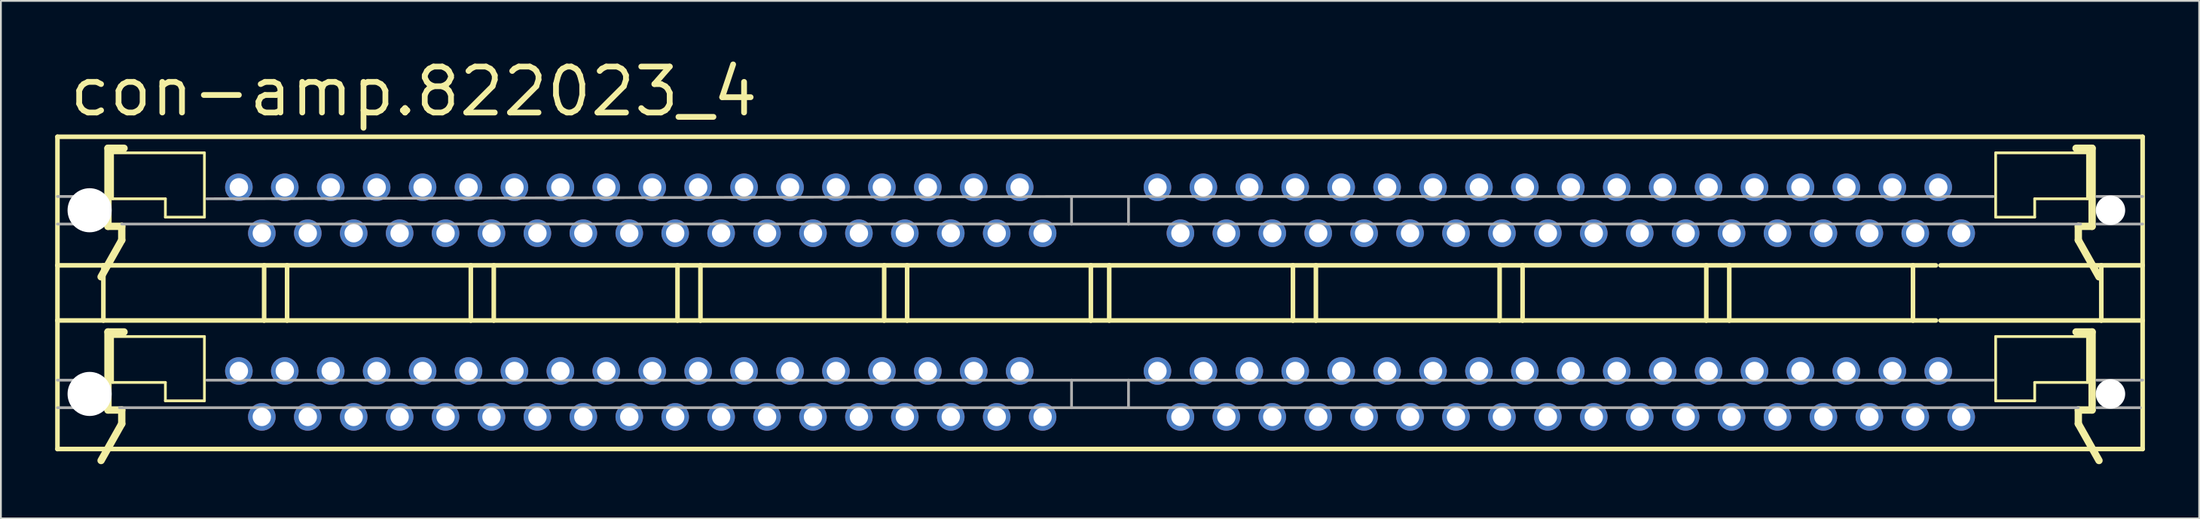
<source format=kicad_pcb>
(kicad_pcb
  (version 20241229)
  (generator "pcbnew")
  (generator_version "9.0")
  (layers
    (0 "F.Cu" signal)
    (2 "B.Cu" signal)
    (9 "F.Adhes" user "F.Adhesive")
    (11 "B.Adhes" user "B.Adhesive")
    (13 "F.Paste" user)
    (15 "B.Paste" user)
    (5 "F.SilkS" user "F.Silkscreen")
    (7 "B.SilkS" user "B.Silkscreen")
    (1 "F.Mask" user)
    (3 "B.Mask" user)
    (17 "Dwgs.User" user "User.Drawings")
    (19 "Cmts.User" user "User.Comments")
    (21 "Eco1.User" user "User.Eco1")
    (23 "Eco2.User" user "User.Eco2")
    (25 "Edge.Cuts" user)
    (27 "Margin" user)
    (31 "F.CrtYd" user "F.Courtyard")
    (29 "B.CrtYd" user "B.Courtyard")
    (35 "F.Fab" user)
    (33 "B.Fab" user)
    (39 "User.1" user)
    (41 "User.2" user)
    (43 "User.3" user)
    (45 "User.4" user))
  (footprint "con-amp.822023_4"
    (layer "F.Cu")
    (at 57.785 8.58)
    (property "Reference" "con-amp.822023_4" (at -57.15 -5.08 0) (layer "F.SilkS") (effects (font (size 2.54 2.54) (thickness 0.32)) (justify left bottom)))
    (attr through_hole)
    (fp_line (start -57.658 -4.064) (end 57.658 -4.064) (stroke (width 0.254) (type default)) (layer "F.SilkS"))
    (fp_line (start -57.658 3.048) (end -57.658 -4.064) (stroke (width 0.254) (type default)) (layer "F.SilkS"))
    (fp_line (start -57.658 6.096) (end -57.658 3.048) (stroke (width 0.254) (type default)) (layer "F.SilkS"))
    (fp_line (start -57.658 6.096) (end -55.118 6.096) (stroke (width 0.254) (type default)) (layer "F.SilkS"))
    (fp_line (start -57.658 13.208) (end -57.658 6.096) (stroke (width 0.254) (type default)) (layer "F.SilkS"))
    (fp_line (start -55.118 3.048) (end -57.658 3.048) (stroke (width 0.254) (type default)) (layer "F.SilkS"))
    (fp_line (start -55.118 6.096) (end -55.118 3.048) (stroke (width 0.254) (type default)) (layer "F.SilkS"))
    (fp_line (start -55.118 6.096) (end -46.228 6.096) (stroke (width 0.254) (type default)) (layer "F.SilkS"))
    (fp_line (start -54.864 -3.429) (end -54.864 0.889) (stroke (width 0.406) (type default)) (layer "F.SilkS"))
    (fp_line (start -54.864 0.889) (end -54.102 0.889) (stroke (width 0.406) (type default)) (layer "F.SilkS"))
    (fp_line (start -54.864 6.731) (end -54.864 11.049) (stroke (width 0.406) (type default)) (layer "F.SilkS"))
    (fp_line (start -54.864 11.049) (end -54.102 11.049) (stroke (width 0.406) (type default)) (layer "F.SilkS"))
    (fp_line (start -54.61 -3.175) (end -54.61 -0.635) (stroke (width 0.152) (type default)) (layer "F.SilkS"))
    (fp_line (start -54.61 6.985) (end -54.61 9.525) (stroke (width 0.152) (type default)) (layer "F.SilkS"))
    (fp_line (start -54.102 0.889) (end -54.102 1.651) (stroke (width 0.406) (type default)) (layer "F.SilkS"))
    (fp_line (start -54.102 1.651) (end -55.245 3.683) (stroke (width 0.406) (type default)) (layer "F.SilkS"))
    (fp_line (start -54.102 11.049) (end -54.102 11.811) (stroke (width 0.406) (type default)) (layer "F.SilkS"))
    (fp_line (start -54.102 11.811) (end -55.245 13.843) (stroke (width 0.406) (type default)) (layer "F.SilkS"))
    (fp_line (start -53.975 -3.429) (end -54.864 -3.429) (stroke (width 0.406) (type default)) (layer "F.SilkS"))
    (fp_line (start -53.975 6.731) (end -54.864 6.731) (stroke (width 0.406) (type default)) (layer "F.SilkS"))
    (fp_line (start -51.689 -0.635) (end -54.61 -0.635) (stroke (width 0.152) (type default)) (layer "F.SilkS"))
    (fp_line (start -51.689 0.381) (end -51.689 -0.635) (stroke (width 0.152) (type default)) (layer "F.SilkS"))
    (fp_line (start -51.689 0.381) (end -49.53 0.381) (stroke (width 0.152) (type default)) (layer "F.SilkS"))
    (fp_line (start -51.689 9.525) (end -54.61 9.525) (stroke (width 0.152) (type default)) (layer "F.SilkS"))
    (fp_line (start -51.689 10.541) (end -51.689 9.525) (stroke (width 0.152) (type default)) (layer "F.SilkS"))
    (fp_line (start -51.689 10.541) (end -49.53 10.541) (stroke (width 0.152) (type default)) (layer "F.SilkS"))
    (fp_line (start -49.53 -3.175) (end -54.61 -3.175) (stroke (width 0.152) (type default)) (layer "F.SilkS"))
    (fp_line (start -49.53 0.381) (end -49.53 -3.175) (stroke (width 0.152) (type default)) (layer "F.SilkS"))
    (fp_line (start -49.53 6.985) (end -54.61 6.985) (stroke (width 0.152) (type default)) (layer "F.SilkS"))
    (fp_line (start -49.53 10.541) (end -49.53 6.985) (stroke (width 0.152) (type default)) (layer "F.SilkS"))
    (fp_line (start -46.228 3.048) (end -55.118 3.048) (stroke (width 0.254) (type default)) (layer "F.SilkS"))
    (fp_line (start -46.228 6.096) (end -46.228 3.048) (stroke (width 0.254) (type default)) (layer "F.SilkS"))
    (fp_line (start -46.228 6.096) (end -44.958 6.096) (stroke (width 0.254) (type default)) (layer "F.SilkS"))
    (fp_line (start -44.958 3.048) (end -46.228 3.048) (stroke (width 0.254) (type default)) (layer "F.SilkS"))
    (fp_line (start -44.958 6.096) (end -44.958 3.048) (stroke (width 0.254) (type default)) (layer "F.SilkS"))
    (fp_line (start -44.958 6.096) (end -34.798 6.096) (stroke (width 0.254) (type default)) (layer "F.SilkS"))
    (fp_line (start -34.798 3.048) (end -44.958 3.048) (stroke (width 0.254) (type default)) (layer "F.SilkS"))
    (fp_line (start -34.798 6.096) (end -34.798 3.048) (stroke (width 0.254) (type default)) (layer "F.SilkS"))
    (fp_line (start -34.798 6.096) (end -33.528 6.096) (stroke (width 0.254) (type default)) (layer "F.SilkS"))
    (fp_line (start -33.528 3.048) (end -34.798 3.048) (stroke (width 0.254) (type default)) (layer "F.SilkS"))
    (fp_line (start -33.528 6.096) (end -33.528 3.048) (stroke (width 0.254) (type default)) (layer "F.SilkS"))
    (fp_line (start -33.528 6.096) (end -23.368 6.096) (stroke (width 0.254) (type default)) (layer "F.SilkS"))
    (fp_line (start -23.368 3.048) (end -33.528 3.048) (stroke (width 0.254) (type default)) (layer "F.SilkS"))
    (fp_line (start -23.368 6.096) (end -23.368 3.048) (stroke (width 0.254) (type default)) (layer "F.SilkS"))
    (fp_line (start -23.368 6.096) (end -22.098 6.096) (stroke (width 0.254) (type default)) (layer "F.SilkS"))
    (fp_line (start -22.098 3.048) (end -23.368 3.048) (stroke (width 0.254) (type default)) (layer "F.SilkS"))
    (fp_line (start -22.098 6.096) (end -22.098 3.048) (stroke (width 0.254) (type default)) (layer "F.SilkS"))
    (fp_line (start -22.098 6.096) (end -11.938 6.096) (stroke (width 0.254) (type default)) (layer "F.SilkS"))
    (fp_line (start -11.938 3.048) (end -22.098 3.048) (stroke (width 0.254) (type default)) (layer "F.SilkS"))
    (fp_line (start -11.938 6.096) (end -11.938 3.048) (stroke (width 0.254) (type default)) (layer "F.SilkS"))
    (fp_line (start -11.938 6.096) (end -10.668 6.096) (stroke (width 0.254) (type default)) (layer "F.SilkS"))
    (fp_line (start -10.668 3.048) (end -11.938 3.048) (stroke (width 0.254) (type default)) (layer "F.SilkS"))
    (fp_line (start -10.668 6.096) (end -10.668 3.048) (stroke (width 0.254) (type default)) (layer "F.SilkS"))
    (fp_line (start -10.668 6.096) (end -0.508 6.096) (stroke (width 0.254) (type default)) (layer "F.SilkS"))
    (fp_line (start -0.508 3.048) (end -10.668 3.048) (stroke (width 0.254) (type default)) (layer "F.SilkS"))
    (fp_line (start -0.508 6.096) (end -0.508 3.048) (stroke (width 0.254) (type default)) (layer "F.SilkS"))
    (fp_line (start 0.508 3.048) (end -0.508 3.048) (stroke (width 0.254) (type default)) (layer "F.SilkS"))
    (fp_line (start 0.508 3.048) (end 10.668 3.048) (stroke (width 0.254) (type default)) (layer "F.SilkS"))
    (fp_line (start 0.508 6.096) (end -0.508 6.096) (stroke (width 0.254) (type default)) (layer "F.SilkS"))
    (fp_line (start 0.508 6.096) (end 0.508 3.048) (stroke (width 0.254) (type default)) (layer "F.SilkS"))
    (fp_line (start 10.668 3.048) (end 11.938 3.048) (stroke (width 0.254) (type default)) (layer "F.SilkS"))
    (fp_line (start 10.668 6.096) (end 0.508 6.096) (stroke (width 0.254) (type default)) (layer "F.SilkS"))
    (fp_line (start 10.668 6.096) (end 10.668 3.048) (stroke (width 0.254) (type default)) (layer "F.SilkS"))
    (fp_line (start 11.938 3.048) (end 22.098 3.048) (stroke (width 0.254) (type default)) (layer "F.SilkS"))
    (fp_line (start 11.938 6.096) (end 10.668 6.096) (stroke (width 0.254) (type default)) (layer "F.SilkS"))
    (fp_line (start 11.938 6.096) (end 11.938 3.048) (stroke (width 0.254) (type default)) (layer "F.SilkS"))
    (fp_line (start 22.098 3.048) (end 23.368 3.048) (stroke (width 0.254) (type default)) (layer "F.SilkS"))
    (fp_line (start 22.098 6.096) (end 11.938 6.096) (stroke (width 0.254) (type default)) (layer "F.SilkS"))
    (fp_line (start 22.098 6.096) (end 22.098 3.048) (stroke (width 0.254) (type default)) (layer "F.SilkS"))
    (fp_line (start 23.368 3.048) (end 33.528 3.048) (stroke (width 0.254) (type default)) (layer "F.SilkS"))
    (fp_line (start 23.368 6.096) (end 22.098 6.096) (stroke (width 0.254) (type default)) (layer "F.SilkS"))
    (fp_line (start 23.368 6.096) (end 23.368 3.048) (stroke (width 0.254) (type default)) (layer "F.SilkS"))
    (fp_line (start 33.528 3.048) (end 34.798 3.048) (stroke (width 0.254) (type default)) (layer "F.SilkS"))
    (fp_line (start 33.528 6.096) (end 23.368 6.096) (stroke (width 0.254) (type default)) (layer "F.SilkS"))
    (fp_line (start 33.528 6.096) (end 33.528 3.048) (stroke (width 0.254) (type default)) (layer "F.SilkS"))
    (fp_line (start 34.798 3.048) (end 44.958 3.048) (stroke (width 0.254) (type default)) (layer "F.SilkS"))
    (fp_line (start 34.798 6.096) (end 33.528 6.096) (stroke (width 0.254) (type default)) (layer "F.SilkS"))
    (fp_line (start 34.798 6.096) (end 34.798 3.048) (stroke (width 0.254) (type default)) (layer "F.SilkS"))
    (fp_line (start 44.958 3.048) (end 46.228 3.048) (stroke (width 0.254) (type default)) (layer "F.SilkS"))
    (fp_line (start 44.958 6.096) (end 34.798 6.096) (stroke (width 0.254) (type default)) (layer "F.SilkS"))
    (fp_line (start 44.958 6.096) (end 44.958 3.048) (stroke (width 0.254) (type default)) (layer "F.SilkS"))
    (fp_line (start 46.228 6.096) (end 44.958 6.096) (stroke (width 0.254) (type default)) (layer "F.SilkS"))
    (fp_line (start 46.482 6.096) (end 55.372 6.096) (stroke (width 0.254) (type default)) (layer "F.SilkS"))
    (fp_line (start 49.53 -3.175) (end 54.61 -3.175) (stroke (width 0.152) (type default)) (layer "F.SilkS"))
    (fp_line (start 49.53 0.381) (end 49.53 -3.175) (stroke (width 0.152) (type default)) (layer "F.SilkS"))
    (fp_line (start 49.53 6.985) (end 54.61 6.985) (stroke (width 0.152) (type default)) (layer "F.SilkS"))
    (fp_line (start 49.53 10.541) (end 49.53 6.985) (stroke (width 0.152) (type default)) (layer "F.SilkS"))
    (fp_line (start 51.689 -0.635) (end 54.61 -0.635) (stroke (width 0.152) (type default)) (layer "F.SilkS"))
    (fp_line (start 51.689 0.381) (end 49.53 0.381) (stroke (width 0.152) (type default)) (layer "F.SilkS"))
    (fp_line (start 51.689 0.381) (end 51.689 -0.635) (stroke (width 0.152) (type default)) (layer "F.SilkS"))
    (fp_line (start 51.689 9.525) (end 54.61 9.525) (stroke (width 0.152) (type default)) (layer "F.SilkS"))
    (fp_line (start 51.689 10.541) (end 49.53 10.541) (stroke (width 0.152) (type default)) (layer "F.SilkS"))
    (fp_line (start 51.689 10.541) (end 51.689 9.525) (stroke (width 0.152) (type default)) (layer "F.SilkS"))
    (fp_line (start 53.975 -3.429) (end 54.864 -3.429) (stroke (width 0.406) (type default)) (layer "F.SilkS"))
    (fp_line (start 53.975 6.731) (end 54.864 6.731) (stroke (width 0.406) (type default)) (layer "F.SilkS"))
    (fp_line (start 54.102 0.889) (end 54.102 1.651) (stroke (width 0.406) (type default)) (layer "F.SilkS"))
    (fp_line (start 54.102 1.651) (end 55.245 3.683) (stroke (width 0.406) (type default)) (layer "F.SilkS"))
    (fp_line (start 54.102 11.049) (end 54.102 11.811) (stroke (width 0.406) (type default)) (layer "F.SilkS"))
    (fp_line (start 54.102 11.811) (end 55.245 13.843) (stroke (width 0.406) (type default)) (layer "F.SilkS"))
    (fp_line (start 54.61 -3.175) (end 54.61 -0.635) (stroke (width 0.152) (type default)) (layer "F.SilkS"))
    (fp_line (start 54.61 6.985) (end 54.61 9.525) (stroke (width 0.152) (type default)) (layer "F.SilkS"))
    (fp_line (start 54.864 -3.429) (end 54.864 0.889) (stroke (width 0.406) (type default)) (layer "F.SilkS"))
    (fp_line (start 54.864 0.889) (end 54.102 0.889) (stroke (width 0.406) (type default)) (layer "F.SilkS"))
    (fp_line (start 54.864 6.731) (end 54.864 11.049) (stroke (width 0.406) (type default)) (layer "F.SilkS"))
    (fp_line (start 54.864 11.049) (end 54.102 11.049) (stroke (width 0.406) (type default)) (layer "F.SilkS"))
    (fp_line (start 55.372 3.048) (end 46.482 3.048) (stroke (width 0.254) (type default)) (layer "F.SilkS"))
    (fp_line (start 55.372 6.096) (end 55.372 3.048) (stroke (width 0.254) (type default)) (layer "F.SilkS"))
    (fp_line (start 55.372 6.096) (end 57.658 6.096) (stroke (width 0.254) (type default)) (layer "F.SilkS"))
    (fp_line (start 57.658 -4.064) (end 57.658 3.048) (stroke (width 0.254) (type default)) (layer "F.SilkS"))
    (fp_line (start 57.658 3.048) (end 55.372 3.048) (stroke (width 0.254) (type default)) (layer "F.SilkS"))
    (fp_line (start 57.658 3.048) (end 57.658 6.096) (stroke (width 0.254) (type default)) (layer "F.SilkS"))
    (fp_line (start 57.658 6.096) (end 57.658 13.208) (stroke (width 0.254) (type default)) (layer "F.SilkS"))
    (fp_line (start 57.658 13.208) (end -57.658 13.208) (stroke (width 0.254) (type default)) (layer "F.SilkS"))
    (fp_line (start -57.658 -0.762) (end -55.118 -0.762) (stroke (width 0.152) (type default)) (layer "F.Fab"))
    (fp_line (start -57.658 0.762) (end -55.118 0.762) (stroke (width 0.152) (type default)) (layer "F.Fab"))
    (fp_line (start -57.658 9.398) (end -55.118 9.398) (stroke (width 0.152) (type default)) (layer "F.Fab"))
    (fp_line (start -57.658 10.922) (end -55.118 10.922) (stroke (width 0.152) (type default)) (layer "F.Fab"))
    (fp_line (start -54.229 10.922) (end -1.575 10.922) (stroke (width 0.152) (type default)) (layer "F.Fab"))
    (fp_line (start -54.102 0.762) (end -1.575 0.762) (stroke (width 0.152) (type default)) (layer "F.Fab"))
    (fp_line (start -49.403 -0.635) (end -1.575 -0.762) (stroke (width 0.152) (type default)) (layer "F.Fab"))
    (fp_line (start -49.403 9.398) (end -1.575 9.398) (stroke (width 0.152) (type default)) (layer "F.Fab"))
    (fp_line (start -1.575 -0.762) (end 1.575 -0.762) (stroke (width 0.152) (type default)) (layer "F.Fab"))
    (fp_line (start -1.575 0.762) (end -1.575 -0.762) (stroke (width 0.152) (type default)) (layer "F.Fab"))
    (fp_line (start -1.575 0.762) (end 1.575 0.762) (stroke (width 0.152) (type default)) (layer "F.Fab"))
    (fp_line (start -1.575 9.398) (end 1.575 9.398) (stroke (width 0.152) (type default)) (layer "F.Fab"))
    (fp_line (start -1.575 10.922) (end -1.575 9.398) (stroke (width 0.152) (type default)) (layer "F.Fab"))
    (fp_line (start -1.575 10.922) (end 1.575 10.922) (stroke (width 0.152) (type default)) (layer "F.Fab"))
    (fp_line (start 1.575 0.762) (end 1.575 -0.762) (stroke (width 0.152) (type default)) (layer "F.Fab"))
    (fp_line (start 1.575 10.922) (end 1.575 9.398) (stroke (width 0.152) (type default)) (layer "F.Fab"))
    (fp_line (start 49.403 -0.762) (end 1.575 -0.762) (stroke (width 0.152) (type default)) (layer "F.Fab"))
    (fp_line (start 49.403 9.398) (end 1.575 9.398) (stroke (width 0.152) (type default)) (layer "F.Fab"))
    (fp_line (start 54.102 10.922) (end 1.575 10.922) (stroke (width 0.152) (type default)) (layer "F.Fab"))
    (fp_line (start 54.229 0.762) (end 1.575 0.762) (stroke (width 0.152) (type default)) (layer "F.Fab"))
    (fp_line (start 57.531 10.922) (end 55.118 10.922) (stroke (width 0.152) (type default)) (layer "F.Fab"))
    (fp_line (start 57.658 -0.762) (end 55.118 -0.762) (stroke (width 0.152) (type default)) (layer "F.Fab"))
    (fp_line (start 57.658 0.762) (end 55.118 0.762) (stroke (width 0.152) (type default)) (layer "F.Fab"))
    (fp_line (start 57.658 9.398) (end 55.118 9.398) (stroke (width 0.152) (type default)) (layer "F.Fab"))
    (pad "" np_thru_hole circle (at -55.88 0) (size 2.438 2.438) (drill 2.438) (layers "*.Cu" "*.Mask"))
    (pad "" np_thru_hole circle (at -55.88 10.16) (size 2.438 2.438) (drill 2.438) (layers "*.Cu" "*.Mask"))
    (pad "" np_thru_hole circle (at 55.88 0) (size 1.626 1.626) (drill 1.626) (layers "*.Cu" "*.Mask"))
    (pad "" np_thru_hole circle (at 55.88 10.16) (size 1.626 1.626) (drill 1.626) (layers "*.Cu" "*.Mask"))
    (pad "1-1" thru_hole circle (at 47.625 1.27) (size 1.524 1.524) (drill 1.016) (layers "*.Cu" "*.Mask"))
    (pad "1-2" thru_hole circle (at 46.355 -1.27) (size 1.524 1.524) (drill 1.016) (layers "*.Cu" "*.Mask"))
    (pad "1-3" thru_hole circle (at 45.085 1.27) (size 1.524 1.524) (drill 1.016) (layers "*.Cu" "*.Mask"))
    (pad "1-4" thru_hole circle (at 43.815 -1.27) (size 1.524 1.524) (drill 1.016) (layers "*.Cu" "*.Mask"))
    (pad "1-5" thru_hole circle (at 42.545 1.27) (size 1.524 1.524) (drill 1.016) (layers "*.Cu" "*.Mask"))
    (pad "1-6" thru_hole circle (at 41.275 -1.27) (size 1.524 1.524) (drill 1.016) (layers "*.Cu" "*.Mask"))
    (pad "1-7" thru_hole circle (at 40.005 1.27) (size 1.524 1.524) (drill 1.016) (layers "*.Cu" "*.Mask"))
    (pad "1-8" thru_hole circle (at 38.735 -1.27) (size 1.524 1.524) (drill 1.016) (layers "*.Cu" "*.Mask"))
    (pad "1-9" thru_hole circle (at 37.465 1.27) (size 1.524 1.524) (drill 1.016) (layers "*.Cu" "*.Mask"))
    (pad "1-10" thru_hole circle (at 36.195 -1.27) (size 1.524 1.524) (drill 1.016) (layers "*.Cu" "*.Mask"))
    (pad "1-11" thru_hole circle (at 34.925 1.27) (size 1.524 1.524) (drill 1.016) (layers "*.Cu" "*.Mask"))
    (pad "1-12" thru_hole circle (at 33.655 -1.27) (size 1.524 1.524) (drill 1.016) (layers "*.Cu" "*.Mask"))
    (pad "1-13" thru_hole circle (at 32.385 1.27) (size 1.524 1.524) (drill 1.016) (layers "*.Cu" "*.Mask"))
    (pad "1-14" thru_hole circle (at 31.115 -1.27) (size 1.524 1.524) (drill 1.016) (layers "*.Cu" "*.Mask"))
    (pad "1-15" thru_hole circle (at 29.845 1.27) (size 1.524 1.524) (drill 1.016) (layers "*.Cu" "*.Mask"))
    (pad "1-16" thru_hole circle (at 28.575 -1.27) (size 1.524 1.524) (drill 1.016) (layers "*.Cu" "*.Mask"))
    (pad "1-17" thru_hole circle (at 27.305 1.27) (size 1.524 1.524) (drill 1.016) (layers "*.Cu" "*.Mask"))
    (pad "1-18" thru_hole circle (at 26.035 -1.27) (size 1.524 1.524) (drill 1.016) (layers "*.Cu" "*.Mask"))
    (pad "1-19" thru_hole circle (at 24.765 1.27) (size 1.524 1.524) (drill 1.016) (layers "*.Cu" "*.Mask"))
    (pad "1-20" thru_hole circle (at 23.495 -1.27) (size 1.524 1.524) (drill 1.016) (layers "*.Cu" "*.Mask"))
    (pad "1-21" thru_hole circle (at 22.225 1.27) (size 1.524 1.524) (drill 1.016) (layers "*.Cu" "*.Mask"))
    (pad "1-22" thru_hole circle (at 20.955 -1.27) (size 1.524 1.524) (drill 1.016) (layers "*.Cu" "*.Mask"))
    (pad "1-23" thru_hole circle (at 19.685 1.27) (size 1.524 1.524) (drill 1.016) (layers "*.Cu" "*.Mask"))
    (pad "1-24" thru_hole circle (at 18.415 -1.27) (size 1.524 1.524) (drill 1.016) (layers "*.Cu" "*.Mask"))
    (pad "1-25" thru_hole circle (at 17.145 1.27) (size 1.524 1.524) (drill 1.016) (layers "*.Cu" "*.Mask"))
    (pad "1-26" thru_hole circle (at 15.875 -1.27) (size 1.524 1.524) (drill 1.016) (layers "*.Cu" "*.Mask"))
    (pad "1-27" thru_hole circle (at 14.605 1.27) (size 1.524 1.524) (drill 1.016) (layers "*.Cu" "*.Mask"))
    (pad "1-28" thru_hole circle (at 13.335 -1.27) (size 1.524 1.524) (drill 1.016) (layers "*.Cu" "*.Mask"))
    (pad "1-29" thru_hole circle (at 12.065 1.27) (size 1.524 1.524) (drill 1.016) (layers "*.Cu" "*.Mask"))
    (pad "1-30" thru_hole circle (at 10.795 -1.27) (size 1.524 1.524) (drill 1.016) (layers "*.Cu" "*.Mask"))
    (pad "1-31" thru_hole circle (at 9.525 1.27) (size 1.524 1.524) (drill 1.016) (layers "*.Cu" "*.Mask"))
    (pad "1-32" thru_hole circle (at 8.255 -1.27) (size 1.524 1.524) (drill 1.016) (layers "*.Cu" "*.Mask"))
    (pad "1-33" thru_hole circle (at 6.985 1.27) (size 1.524 1.524) (drill 1.016) (layers "*.Cu" "*.Mask"))
    (pad "1-34" thru_hole circle (at 5.715 -1.27) (size 1.524 1.524) (drill 1.016) (layers "*.Cu" "*.Mask"))
    (pad "1-35" thru_hole circle (at 4.445 1.27) (size 1.524 1.524) (drill 1.016) (layers "*.Cu" "*.Mask"))
    (pad "1-36" thru_hole circle (at 3.175 -1.27) (size 1.524 1.524) (drill 1.016) (layers "*.Cu" "*.Mask"))
    (pad "1-37" thru_hole circle (at -3.175 1.27) (size 1.524 1.524) (drill 1.016) (layers "*.Cu" "*.Mask"))
    (pad "1-38" thru_hole circle (at -4.445 -1.27) (size 1.524 1.524) (drill 1.016) (layers "*.Cu" "*.Mask"))
    (pad "1-39" thru_hole circle (at -5.715 1.27) (size 1.524 1.524) (drill 1.016) (layers "*.Cu" "*.Mask"))
    (pad "1-40" thru_hole circle (at -6.985 -1.27) (size 1.524 1.524) (drill 1.016) (layers "*.Cu" "*.Mask"))
    (pad "1-41" thru_hole circle (at -8.255 1.27) (size 1.524 1.524) (drill 1.016) (layers "*.Cu" "*.Mask"))
    (pad "1-42" thru_hole circle (at -9.525 -1.27) (size 1.524 1.524) (drill 1.016) (layers "*.Cu" "*.Mask"))
    (pad "1-43" thru_hole circle (at -10.795 1.27) (size 1.524 1.524) (drill 1.016) (layers "*.Cu" "*.Mask"))
    (pad "1-44" thru_hole circle (at -12.065 -1.27) (size 1.524 1.524) (drill 1.016) (layers "*.Cu" "*.Mask"))
    (pad "1-45" thru_hole circle (at -13.335 1.27) (size 1.524 1.524) (drill 1.016) (layers "*.Cu" "*.Mask"))
    (pad "1-46" thru_hole circle (at -14.605 -1.27) (size 1.524 1.524) (drill 1.016) (layers "*.Cu" "*.Mask"))
    (pad "1-47" thru_hole circle (at -15.875 1.27) (size 1.524 1.524) (drill 1.016) (layers "*.Cu" "*.Mask"))
    (pad "1-48" thru_hole circle (at -17.145 -1.27) (size 1.524 1.524) (drill 1.016) (layers "*.Cu" "*.Mask"))
    (pad "1-49" thru_hole circle (at -18.415 1.27) (size 1.524 1.524) (drill 1.016) (layers "*.Cu" "*.Mask"))
    (pad "1-50" thru_hole circle (at -19.685 -1.27) (size 1.524 1.524) (drill 1.016) (layers "*.Cu" "*.Mask"))
    (pad "1-51" thru_hole circle (at -20.955 1.27) (size 1.524 1.524) (drill 1.016) (layers "*.Cu" "*.Mask"))
    (pad "1-52" thru_hole circle (at -22.225 -1.27) (size 1.524 1.524) (drill 1.016) (layers "*.Cu" "*.Mask"))
    (pad "1-53" thru_hole circle (at -23.495 1.27) (size 1.524 1.524) (drill 1.016) (layers "*.Cu" "*.Mask"))
    (pad "1-54" thru_hole circle (at -24.765 -1.27) (size 1.524 1.524) (drill 1.016) (layers "*.Cu" "*.Mask"))
    (pad "1-55" thru_hole circle (at -26.035 1.27) (size 1.524 1.524) (drill 1.016) (layers "*.Cu" "*.Mask"))
    (pad "1-56" thru_hole circle (at -27.305 -1.27) (size 1.524 1.524) (drill 1.016) (layers "*.Cu" "*.Mask"))
    (pad "1-57" thru_hole circle (at -28.575 1.27) (size 1.524 1.524) (drill 1.016) (layers "*.Cu" "*.Mask"))
    (pad "1-58" thru_hole circle (at -29.845 -1.27) (size 1.524 1.524) (drill 1.016) (layers "*.Cu" "*.Mask"))
    (pad "1-59" thru_hole circle (at -31.115 1.27) (size 1.524 1.524) (drill 1.016) (layers "*.Cu" "*.Mask"))
    (pad "1-60" thru_hole circle (at -32.385 -1.27) (size 1.524 1.524) (drill 1.016) (layers "*.Cu" "*.Mask"))
    (pad "1-61" thru_hole circle (at -33.655 1.27) (size 1.524 1.524) (drill 1.016) (layers "*.Cu" "*.Mask"))
    (pad "1-62" thru_hole circle (at -34.925 -1.27) (size 1.524 1.524) (drill 1.016) (layers "*.Cu" "*.Mask"))
    (pad "1-63" thru_hole circle (at -36.195 1.27) (size 1.524 1.524) (drill 1.016) (layers "*.Cu" "*.Mask"))
    (pad "1-64" thru_hole circle (at -37.465 -1.27) (size 1.524 1.524) (drill 1.016) (layers "*.Cu" "*.Mask"))
    (pad "1-65" thru_hole circle (at -38.735 1.27) (size 1.524 1.524) (drill 1.016) (layers "*.Cu" "*.Mask"))
    (pad "1-66" thru_hole circle (at -40.005 -1.27) (size 1.524 1.524) (drill 1.016) (layers "*.Cu" "*.Mask"))
    (pad "1-67" thru_hole circle (at -41.275 1.27) (size 1.524 1.524) (drill 1.016) (layers "*.Cu" "*.Mask"))
    (pad "1-68" thru_hole circle (at -42.545 -1.27) (size 1.524 1.524) (drill 1.016) (layers "*.Cu" "*.Mask"))
    (pad "1-69" thru_hole circle (at -43.815 1.27) (size 1.524 1.524) (drill 1.016) (layers "*.Cu" "*.Mask"))
    (pad "1-70" thru_hole circle (at -45.085 -1.27) (size 1.524 1.524) (drill 1.016) (layers "*.Cu" "*.Mask"))
    (pad "1-71" thru_hole circle (at -46.355 1.27) (size 1.524 1.524) (drill 1.016) (layers "*.Cu" "*.Mask"))
    (pad "1-72" thru_hole circle (at -47.625 -1.27) (size 1.524 1.524) (drill 1.016) (layers "*.Cu" "*.Mask"))
    (pad "2-1" thru_hole circle (at 47.625 11.43) (size 1.524 1.524) (drill 1.016) (layers "*.Cu" "*.Mask"))
    (pad "2-2" thru_hole circle (at 46.355 8.89) (size 1.524 1.524) (drill 1.016) (layers "*.Cu" "*.Mask"))
    (pad "2-3" thru_hole circle (at 45.085 11.43) (size 1.524 1.524) (drill 1.016) (layers "*.Cu" "*.Mask"))
    (pad "2-4" thru_hole circle (at 43.815 8.89) (size 1.524 1.524) (drill 1.016) (layers "*.Cu" "*.Mask"))
    (pad "2-5" thru_hole circle (at 42.545 11.43) (size 1.524 1.524) (drill 1.016) (layers "*.Cu" "*.Mask"))
    (pad "2-6" thru_hole circle (at 41.275 8.89) (size 1.524 1.524) (drill 1.016) (layers "*.Cu" "*.Mask"))
    (pad "2-7" thru_hole circle (at 40.005 11.43) (size 1.524 1.524) (drill 1.016) (layers "*.Cu" "*.Mask"))
    (pad "2-8" thru_hole circle (at 38.735 8.89) (size 1.524 1.524) (drill 1.016) (layers "*.Cu" "*.Mask"))
    (pad "2-9" thru_hole circle (at 37.465 11.43) (size 1.524 1.524) (drill 1.016) (layers "*.Cu" "*.Mask"))
    (pad "2-10" thru_hole circle (at 36.195 8.89) (size 1.524 1.524) (drill 1.016) (layers "*.Cu" "*.Mask"))
    (pad "2-11" thru_hole circle (at 34.925 11.43) (size 1.524 1.524) (drill 1.016) (layers "*.Cu" "*.Mask"))
    (pad "2-12" thru_hole circle (at 33.655 8.89) (size 1.524 1.524) (drill 1.016) (layers "*.Cu" "*.Mask"))
    (pad "2-13" thru_hole circle (at 32.385 11.43) (size 1.524 1.524) (drill 1.016) (layers "*.Cu" "*.Mask"))
    (pad "2-14" thru_hole circle (at 31.115 8.89) (size 1.524 1.524) (drill 1.016) (layers "*.Cu" "*.Mask"))
    (pad "2-15" thru_hole circle (at 29.845 11.43) (size 1.524 1.524) (drill 1.016) (layers "*.Cu" "*.Mask"))
    (pad "2-16" thru_hole circle (at 28.575 8.89) (size 1.524 1.524) (drill 1.016) (layers "*.Cu" "*.Mask"))
    (pad "2-17" thru_hole circle (at 27.305 11.43) (size 1.524 1.524) (drill 1.016) (layers "*.Cu" "*.Mask"))
    (pad "2-18" thru_hole circle (at 26.035 8.89) (size 1.524 1.524) (drill 1.016) (layers "*.Cu" "*.Mask"))
    (pad "2-19" thru_hole circle (at 24.765 11.43) (size 1.524 1.524) (drill 1.016) (layers "*.Cu" "*.Mask"))
    (pad "2-20" thru_hole circle (at 23.495 8.89) (size 1.524 1.524) (drill 1.016) (layers "*.Cu" "*.Mask"))
    (pad "2-21" thru_hole circle (at 22.225 11.43) (size 1.524 1.524) (drill 1.016) (layers "*.Cu" "*.Mask"))
    (pad "2-22" thru_hole circle (at 20.955 8.89) (size 1.524 1.524) (drill 1.016) (layers "*.Cu" "*.Mask"))
    (pad "2-23" thru_hole circle (at 19.685 11.43) (size 1.524 1.524) (drill 1.016) (layers "*.Cu" "*.Mask"))
    (pad "2-24" thru_hole circle (at 18.415 8.89) (size 1.524 1.524) (drill 1.016) (layers "*.Cu" "*.Mask"))
    (pad "2-25" thru_hole circle (at 17.145 11.43) (size 1.524 1.524) (drill 1.016) (layers "*.Cu" "*.Mask"))
    (pad "2-26" thru_hole circle (at 15.875 8.89) (size 1.524 1.524) (drill 1.016) (layers "*.Cu" "*.Mask"))
    (pad "2-27" thru_hole circle (at 14.605 11.43) (size 1.524 1.524) (drill 1.016) (layers "*.Cu" "*.Mask"))
    (pad "2-28" thru_hole circle (at 13.335 8.89) (size 1.524 1.524) (drill 1.016) (layers "*.Cu" "*.Mask"))
    (pad "2-29" thru_hole circle (at 12.065 11.43) (size 1.524 1.524) (drill 1.016) (layers "*.Cu" "*.Mask"))
    (pad "2-30" thru_hole circle (at 10.795 8.89) (size 1.524 1.524) (drill 1.016) (layers "*.Cu" "*.Mask"))
    (pad "2-31" thru_hole circle (at 9.525 11.43) (size 1.524 1.524) (drill 1.016) (layers "*.Cu" "*.Mask"))
    (pad "2-32" thru_hole circle (at 8.255 8.89) (size 1.524 1.524) (drill 1.016) (layers "*.Cu" "*.Mask"))
    (pad "2-33" thru_hole circle (at 6.985 11.43) (size 1.524 1.524) (drill 1.016) (layers "*.Cu" "*.Mask"))
    (pad "2-34" thru_hole circle (at 5.715 8.89) (size 1.524 1.524) (drill 1.016) (layers "*.Cu" "*.Mask"))
    (pad "2-35" thru_hole circle (at 4.445 11.43) (size 1.524 1.524) (drill 1.016) (layers "*.Cu" "*.Mask"))
    (pad "2-36" thru_hole circle (at 3.175 8.89) (size 1.524 1.524) (drill 1.016) (layers "*.Cu" "*.Mask"))
    (pad "2-37" thru_hole circle (at -3.175 11.43) (size 1.524 1.524) (drill 1.016) (layers "*.Cu" "*.Mask"))
    (pad "2-38" thru_hole circle (at -4.445 8.89) (size 1.524 1.524) (drill 1.016) (layers "*.Cu" "*.Mask"))
    (pad "2-39" thru_hole circle (at -5.715 11.43) (size 1.524 1.524) (drill 1.016) (layers "*.Cu" "*.Mask"))
    (pad "2-40" thru_hole circle (at -6.985 8.89) (size 1.524 1.524) (drill 1.016) (layers "*.Cu" "*.Mask"))
    (pad "2-41" thru_hole circle (at -8.255 11.43) (size 1.524 1.524) (drill 1.016) (layers "*.Cu" "*.Mask"))
    (pad "2-42" thru_hole circle (at -9.525 8.89) (size 1.524 1.524) (drill 1.016) (layers "*.Cu" "*.Mask"))
    (pad "2-43" thru_hole circle (at -10.795 11.43) (size 1.524 1.524) (drill 1.016) (layers "*.Cu" "*.Mask"))
    (pad "2-44" thru_hole circle (at -12.065 8.89) (size 1.524 1.524) (drill 1.016) (layers "*.Cu" "*.Mask"))
    (pad "2-45" thru_hole circle (at -13.335 11.43) (size 1.524 1.524) (drill 1.016) (layers "*.Cu" "*.Mask"))
    (pad "2-46" thru_hole circle (at -14.605 8.89) (size 1.524 1.524) (drill 1.016) (layers "*.Cu" "*.Mask"))
    (pad "2-47" thru_hole circle (at -15.875 11.43) (size 1.524 1.524) (drill 1.016) (layers "*.Cu" "*.Mask"))
    (pad "2-48" thru_hole circle (at -17.145 8.89) (size 1.524 1.524) (drill 1.016) (layers "*.Cu" "*.Mask"))
    (pad "2-49" thru_hole circle (at -18.415 11.43) (size 1.524 1.524) (drill 1.016) (layers "*.Cu" "*.Mask"))
    (pad "2-50" thru_hole circle (at -19.685 8.89) (size 1.524 1.524) (drill 1.016) (layers "*.Cu" "*.Mask"))
    (pad "2-51" thru_hole circle (at -20.955 11.43) (size 1.524 1.524) (drill 1.016) (layers "*.Cu" "*.Mask"))
    (pad "2-52" thru_hole circle (at -22.225 8.89) (size 1.524 1.524) (drill 1.016) (layers "*.Cu" "*.Mask"))
    (pad "2-53" thru_hole circle (at -23.495 11.43) (size 1.524 1.524) (drill 1.016) (layers "*.Cu" "*.Mask"))
    (pad "2-54" thru_hole circle (at -24.765 8.89) (size 1.524 1.524) (drill 1.016) (layers "*.Cu" "*.Mask"))
    (pad "2-55" thru_hole circle (at -26.035 11.43) (size 1.524 1.524) (drill 1.016) (layers "*.Cu" "*.Mask"))
    (pad "2-56" thru_hole circle (at -27.305 8.89) (size 1.524 1.524) (drill 1.016) (layers "*.Cu" "*.Mask"))
    (pad "2-57" thru_hole circle (at -28.575 11.43) (size 1.524 1.524) (drill 1.016) (layers "*.Cu" "*.Mask"))
    (pad "2-58" thru_hole circle (at -29.845 8.89) (size 1.524 1.524) (drill 1.016) (layers "*.Cu" "*.Mask"))
    (pad "2-59" thru_hole circle (at -31.115 11.43) (size 1.524 1.524) (drill 1.016) (layers "*.Cu" "*.Mask"))
    (pad "2-60" thru_hole circle (at -32.385 8.89) (size 1.524 1.524) (drill 1.016) (layers "*.Cu" "*.Mask"))
    (pad "2-61" thru_hole circle (at -33.655 11.43) (size 1.524 1.524) (drill 1.016) (layers "*.Cu" "*.Mask"))
    (pad "2-62" thru_hole circle (at -34.925 8.89) (size 1.524 1.524) (drill 1.016) (layers "*.Cu" "*.Mask"))
    (pad "2-63" thru_hole circle (at -36.195 11.43) (size 1.524 1.524) (drill 1.016) (layers "*.Cu" "*.Mask"))
    (pad "2-64" thru_hole circle (at -37.465 8.89) (size 1.524 1.524) (drill 1.016) (layers "*.Cu" "*.Mask"))
    (pad "2-65" thru_hole circle (at -38.735 11.43) (size 1.524 1.524) (drill 1.016) (layers "*.Cu" "*.Mask"))
    (pad "2-66" thru_hole circle (at -40.005 8.89) (size 1.524 1.524) (drill 1.016) (layers "*.Cu" "*.Mask"))
    (pad "2-67" thru_hole circle (at -41.275 11.43) (size 1.524 1.524) (drill 1.016) (layers "*.Cu" "*.Mask"))
    (pad "2-68" thru_hole circle (at -42.545 8.89) (size 1.524 1.524) (drill 1.016) (layers "*.Cu" "*.Mask"))
    (pad "2-69" thru_hole circle (at -43.815 11.43) (size 1.524 1.524) (drill 1.016) (layers "*.Cu" "*.Mask"))
    (pad "2-70" thru_hole circle (at -45.085 8.89) (size 1.524 1.524) (drill 1.016) (layers "*.Cu" "*.Mask"))
    (pad "2-71" thru_hole circle (at -46.355 11.43) (size 1.524 1.524) (drill 1.016) (layers "*.Cu" "*.Mask"))
    (pad "2-72" thru_hole circle (at -47.625 8.89) (size 1.524 1.524) (drill 1.016) (layers "*.Cu" "*.Mask")))
  (gr_rect
    (start -3 -3)
    (end 118.57 25.626)
    (stroke (width 0.1) (type default))
    (fill no)
    (layer "Edge.Cuts")))
</source>
